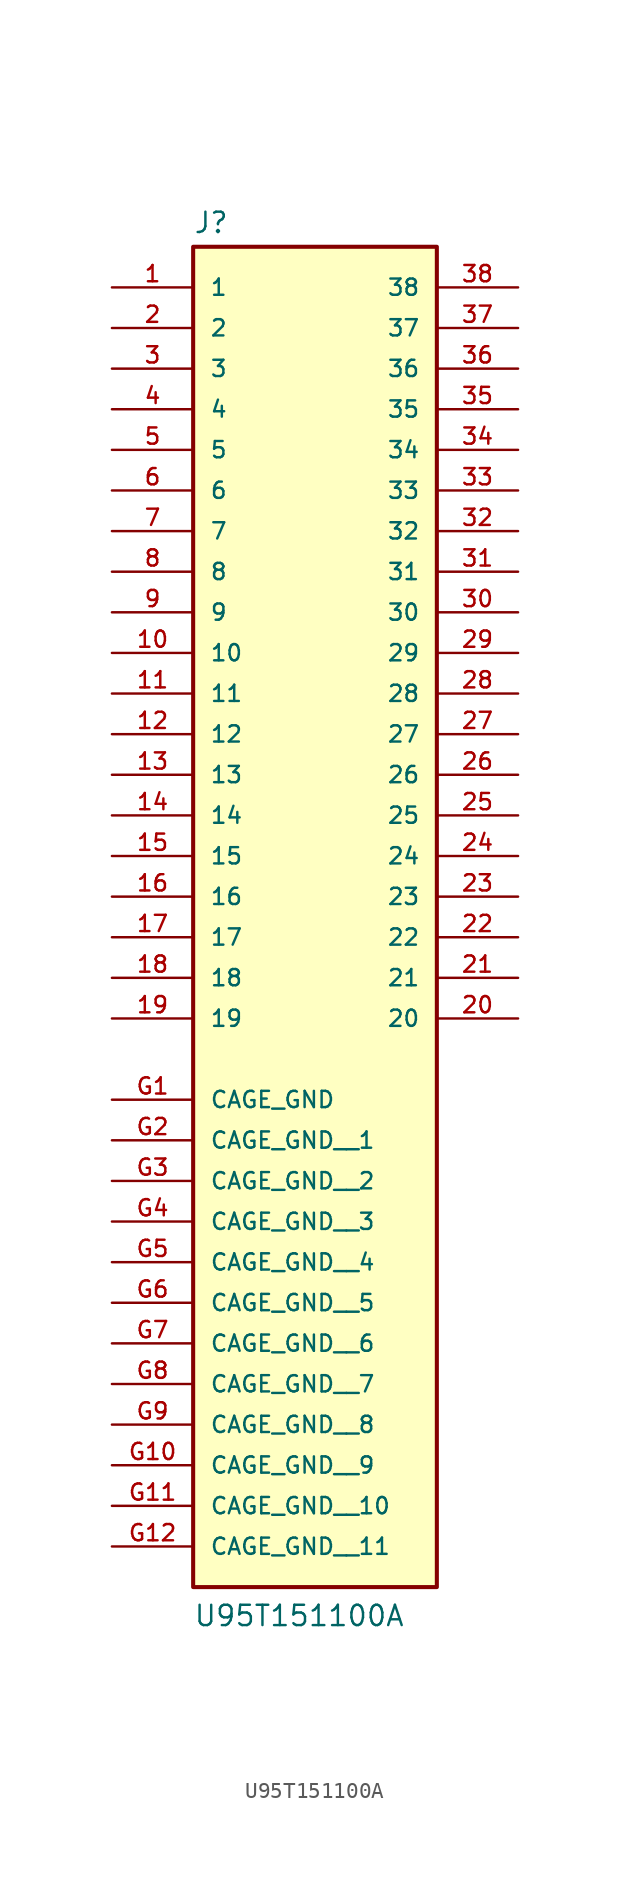
<source format=kicad_sym>
(kicad_symbol_lib
  (version 20211014)
  (generator kicad_symbol_editor)
  (symbol "U95T151100A"
    (pin_names
      (offset 1.016))
    (property "Reference" "J"
      (at -7.62 28.702 0)
      (effects (font (size 1.27 1.27)) (justify bottom left)))
    (property "Value" "U95T151100A"
      (at -7.62 -58.42 0)
      (effects (font (size 1.27 1.27)) (justify bottom left)))
    (symbol "U95T151100A_0_0"
      (rectangle (start -7.62 -55.88) (end 7.62 27.94) (stroke (width 0.254)) (fill (type background)))
      (pin passive line (at -12.7 25.4 0) (length 5.08) (name "1" (effects (font (size 1.016 1.016)))) (number "1" (effects (font (size 1.016 1.016)))))
      (pin passive line (at -12.7 22.86 0) (length 5.08) (name "2" (effects (font (size 1.016 1.016)))) (number "2" (effects (font (size 1.016 1.016)))))
      (pin passive line (at -12.7 20.32 0) (length 5.08) (name "3" (effects (font (size 1.016 1.016)))) (number "3" (effects (font (size 1.016 1.016)))))
      (pin passive line (at -12.7 17.78 0) (length 5.08) (name "4" (effects (font (size 1.016 1.016)))) (number "4" (effects (font (size 1.016 1.016)))))
      (pin passive line (at -12.7 15.24 0) (length 5.08) (name "5" (effects (font (size 1.016 1.016)))) (number "5" (effects (font (size 1.016 1.016)))))
      (pin passive line (at -12.7 12.7 0) (length 5.08) (name "6" (effects (font (size 1.016 1.016)))) (number "6" (effects (font (size 1.016 1.016)))))
      (pin passive line (at -12.7 10.16 0) (length 5.08) (name "7" (effects (font (size 1.016 1.016)))) (number "7" (effects (font (size 1.016 1.016)))))
      (pin passive line (at -12.7 7.62 0) (length 5.08) (name "8" (effects (font (size 1.016 1.016)))) (number "8" (effects (font (size 1.016 1.016)))))
      (pin passive line (at -12.7 5.08 0) (length 5.08) (name "9" (effects (font (size 1.016 1.016)))) (number "9" (effects (font (size 1.016 1.016)))))
      (pin passive line (at -12.7 2.54 0) (length 5.08) (name "10" (effects (font (size 1.016 1.016)))) (number "10" (effects (font (size 1.016 1.016)))))
      (pin passive line (at -12.7 0.0 0) (length 5.08) (name "11" (effects (font (size 1.016 1.016)))) (number "11" (effects (font (size 1.016 1.016)))))
      (pin passive line (at -12.7 -2.54 0) (length 5.08) (name "12" (effects (font (size 1.016 1.016)))) (number "12" (effects (font (size 1.016 1.016)))))
      (pin passive line (at -12.7 -5.08 0) (length 5.08) (name "13" (effects (font (size 1.016 1.016)))) (number "13" (effects (font (size 1.016 1.016)))))
      (pin passive line (at -12.7 -7.62 0) (length 5.08) (name "14" (effects (font (size 1.016 1.016)))) (number "14" (effects (font (size 1.016 1.016)))))
      (pin passive line (at -12.7 -10.16 0) (length 5.08) (name "15" (effects (font (size 1.016 1.016)))) (number "15" (effects (font (size 1.016 1.016)))))
      (pin passive line (at -12.7 -12.7 0) (length 5.08) (name "16" (effects (font (size 1.016 1.016)))) (number "16" (effects (font (size 1.016 1.016)))))
      (pin passive line (at -12.7 -15.24 0) (length 5.08) (name "17" (effects (font (size 1.016 1.016)))) (number "17" (effects (font (size 1.016 1.016)))))
      (pin passive line (at -12.7 -17.78 0) (length 5.08) (name "18" (effects (font (size 1.016 1.016)))) (number "18" (effects (font (size 1.016 1.016)))))
      (pin passive line (at -12.7 -20.32 0) (length 5.08) (name "19" (effects (font (size 1.016 1.016)))) (number "19" (effects (font (size 1.016 1.016)))))
      (pin passive line (at 12.7 -20.32 180.0) (length 5.08) (name "20" (effects (font (size 1.016 1.016)))) (number "20" (effects (font (size 1.016 1.016)))))
      (pin passive line (at 12.7 -17.78 180.0) (length 5.08) (name "21" (effects (font (size 1.016 1.016)))) (number "21" (effects (font (size 1.016 1.016)))))
      (pin passive line (at 12.7 -15.24 180.0) (length 5.08) (name "22" (effects (font (size 1.016 1.016)))) (number "22" (effects (font (size 1.016 1.016)))))
      (pin passive line (at 12.7 -12.7 180.0) (length 5.08) (name "23" (effects (font (size 1.016 1.016)))) (number "23" (effects (font (size 1.016 1.016)))))
      (pin passive line (at 12.7 -10.16 180.0) (length 5.08) (name "24" (effects (font (size 1.016 1.016)))) (number "24" (effects (font (size 1.016 1.016)))))
      (pin passive line (at 12.7 -7.62 180.0) (length 5.08) (name "25" (effects (font (size 1.016 1.016)))) (number "25" (effects (font (size 1.016 1.016)))))
      (pin passive line (at 12.7 -5.08 180.0) (length 5.08) (name "26" (effects (font (size 1.016 1.016)))) (number "26" (effects (font (size 1.016 1.016)))))
      (pin power_in line (at -12.7 -25.4 0) (length 5.08) (name "CAGE_GND" (effects (font (size 1.016 1.016)))) (number "G1" (effects (font (size 1.016 1.016)))))
      (pin passive line (at 12.7 -2.54 180.0) (length 5.08) (name "27" (effects (font (size 1.016 1.016)))) (number "27" (effects (font (size 1.016 1.016)))))
      (pin passive line (at 12.7 0.0 180.0) (length 5.08) (name "28" (effects (font (size 1.016 1.016)))) (number "28" (effects (font (size 1.016 1.016)))))
      (pin passive line (at 12.7 2.54 180.0) (length 5.08) (name "29" (effects (font (size 1.016 1.016)))) (number "29" (effects (font (size 1.016 1.016)))))
      (pin passive line (at 12.7 5.08 180.0) (length 5.08) (name "30" (effects (font (size 1.016 1.016)))) (number "30" (effects (font (size 1.016 1.016)))))
      (pin passive line (at 12.7 7.62 180.0) (length 5.08) (name "31" (effects (font (size 1.016 1.016)))) (number "31" (effects (font (size 1.016 1.016)))))
      (pin passive line (at 12.7 10.16 180.0) (length 5.08) (name "32" (effects (font (size 1.016 1.016)))) (number "32" (effects (font (size 1.016 1.016)))))
      (pin passive line (at 12.7 12.7 180.0) (length 5.08) (name "33" (effects (font (size 1.016 1.016)))) (number "33" (effects (font (size 1.016 1.016)))))
      (pin passive line (at 12.7 15.24 180.0) (length 5.08) (name "34" (effects (font (size 1.016 1.016)))) (number "34" (effects (font (size 1.016 1.016)))))
      (pin passive line (at 12.7 17.78 180.0) (length 5.08) (name "35" (effects (font (size 1.016 1.016)))) (number "35" (effects (font (size 1.016 1.016)))))
      (pin passive line (at 12.7 20.32 180.0) (length 5.08) (name "36" (effects (font (size 1.016 1.016)))) (number "36" (effects (font (size 1.016 1.016)))))
      (pin passive line (at 12.7 22.86 180.0) (length 5.08) (name "37" (effects (font (size 1.016 1.016)))) (number "37" (effects (font (size 1.016 1.016)))))
      (pin passive line (at 12.7 25.4 180.0) (length 5.08) (name "38" (effects (font (size 1.016 1.016)))) (number "38" (effects (font (size 1.016 1.016)))))
      (pin power_in line (at -12.7 -27.94 0) (length 5.08) (name "CAGE_GND__1" (effects (font (size 1.016 1.016)))) (number "G2" (effects (font (size 1.016 1.016)))))
      (pin power_in line (at -12.7 -30.48 0) (length 5.08) (name "CAGE_GND__2" (effects (font (size 1.016 1.016)))) (number "G3" (effects (font (size 1.016 1.016)))))
      (pin power_in line (at -12.7 -33.02 0) (length 5.08) (name "CAGE_GND__3" (effects (font (size 1.016 1.016)))) (number "G4" (effects (font (size 1.016 1.016)))))
      (pin power_in line (at -12.7 -35.56 0) (length 5.08) (name "CAGE_GND__4" (effects (font (size 1.016 1.016)))) (number "G5" (effects (font (size 1.016 1.016)))))
      (pin power_in line (at -12.7 -38.1 0) (length 5.08) (name "CAGE_GND__5" (effects (font (size 1.016 1.016)))) (number "G6" (effects (font (size 1.016 1.016)))))
      (pin power_in line (at -12.7 -40.64 0) (length 5.08) (name "CAGE_GND__6" (effects (font (size 1.016 1.016)))) (number "G7" (effects (font (size 1.016 1.016)))))
      (pin power_in line (at -12.7 -43.18 0) (length 5.08) (name "CAGE_GND__7" (effects (font (size 1.016 1.016)))) (number "G8" (effects (font (size 1.016 1.016)))))
      (pin power_in line (at -12.7 -45.72 0) (length 5.08) (name "CAGE_GND__8" (effects (font (size 1.016 1.016)))) (number "G9" (effects (font (size 1.016 1.016)))))
      (pin power_in line (at -12.7 -48.26 0) (length 5.08) (name "CAGE_GND__9" (effects (font (size 1.016 1.016)))) (number "G10" (effects (font (size 1.016 1.016)))))
      (pin power_in line (at -12.7 -50.8 0) (length 5.08) (name "CAGE_GND__10" (effects (font (size 1.016 1.016)))) (number "G11" (effects (font (size 1.016 1.016)))))
      (pin power_in line (at -12.7 -53.34 0) (length 5.08) (name "CAGE_GND__11" (effects (font (size 1.016 1.016)))) (number "G12" (effects (font (size 1.016 1.016))))))))
</source>
